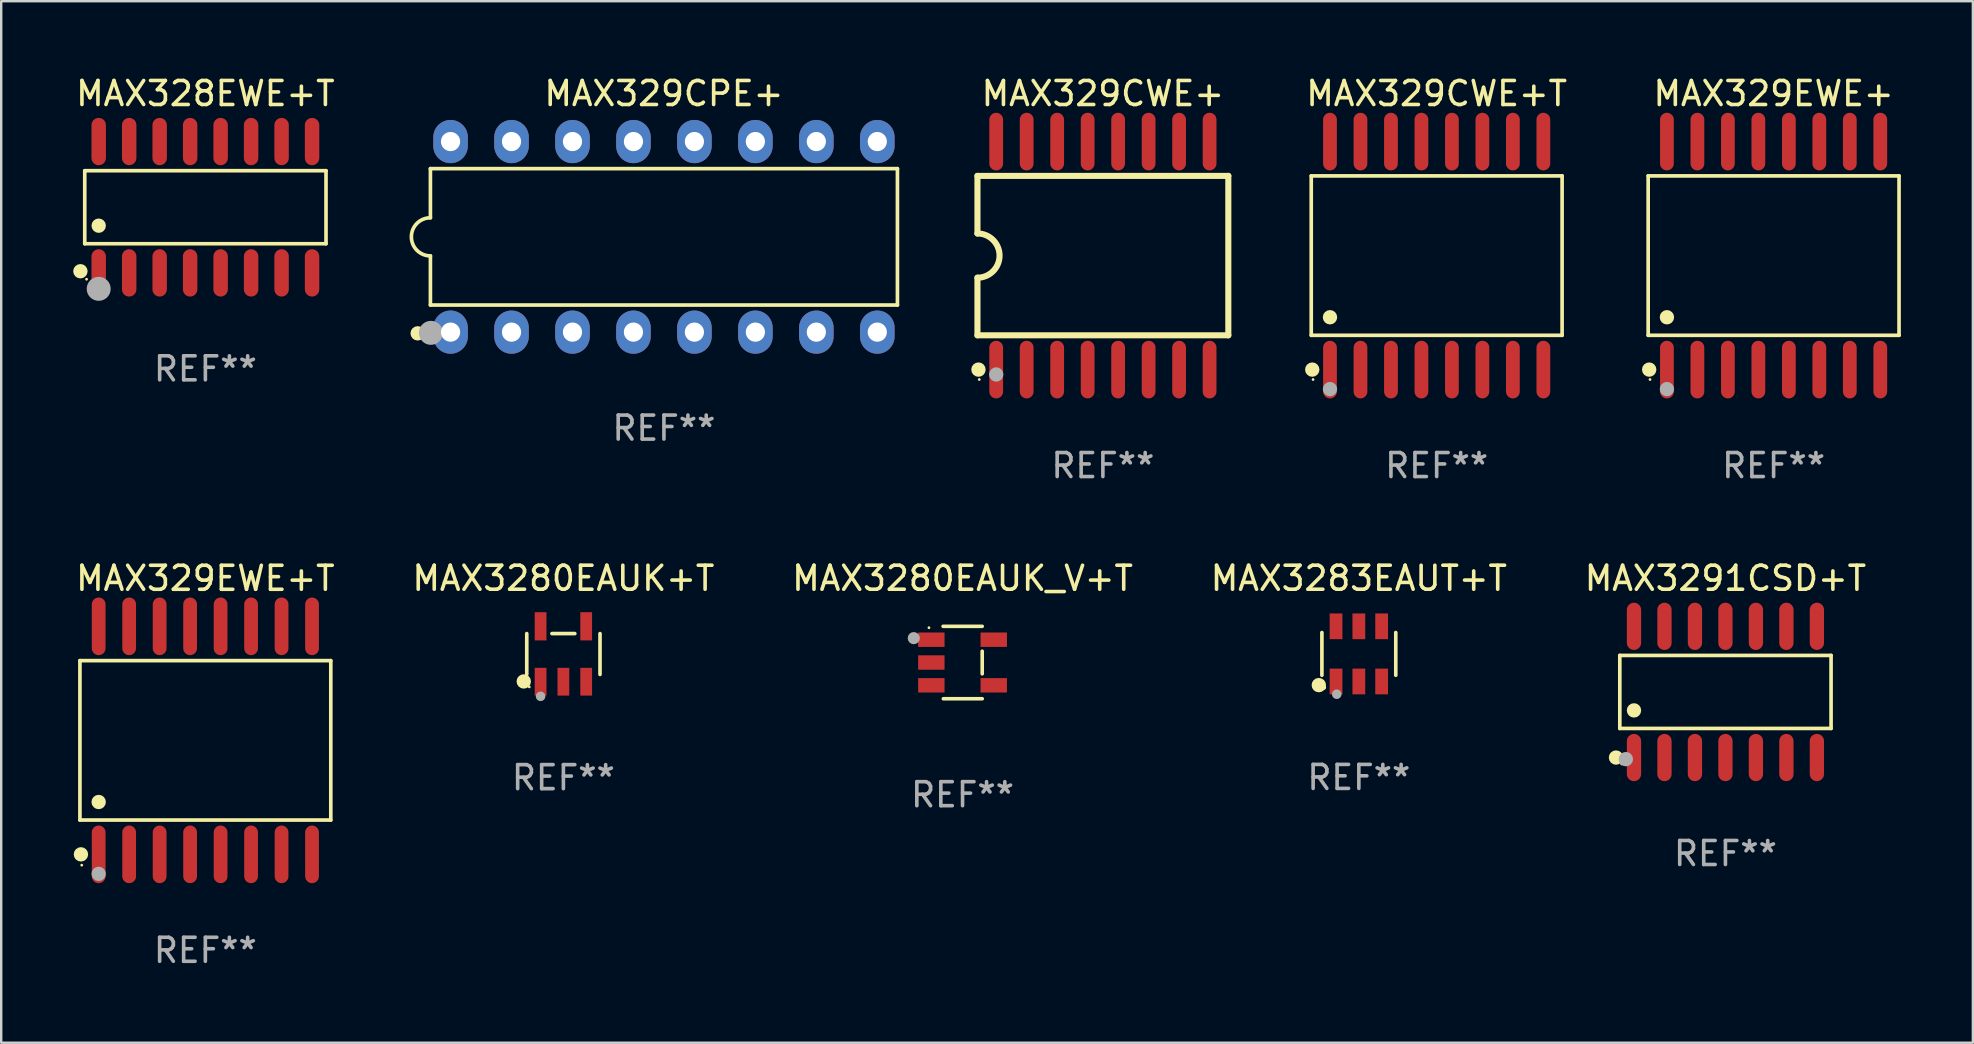
<source format=kicad_pcb>
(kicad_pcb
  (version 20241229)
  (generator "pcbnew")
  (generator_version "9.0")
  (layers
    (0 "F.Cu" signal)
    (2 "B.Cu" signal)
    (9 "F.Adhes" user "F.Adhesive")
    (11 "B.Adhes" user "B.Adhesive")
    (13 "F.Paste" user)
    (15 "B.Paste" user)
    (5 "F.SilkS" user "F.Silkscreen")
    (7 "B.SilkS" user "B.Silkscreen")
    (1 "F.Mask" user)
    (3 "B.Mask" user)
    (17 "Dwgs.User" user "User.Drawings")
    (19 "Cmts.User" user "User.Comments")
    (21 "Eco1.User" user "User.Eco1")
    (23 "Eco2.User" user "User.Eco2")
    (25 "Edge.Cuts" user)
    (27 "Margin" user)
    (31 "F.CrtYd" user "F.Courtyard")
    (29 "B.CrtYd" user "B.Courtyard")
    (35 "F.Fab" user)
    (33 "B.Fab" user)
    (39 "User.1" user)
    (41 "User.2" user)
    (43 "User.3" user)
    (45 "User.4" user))
  (footprint "MAX329EWE+T"
    (layer "F.Cu")
    (at 5.506 27.796)
    (property "Reference" "MAX329EWE+T" (at 0 -6.75 0) (layer "F.SilkS") (effects (font (size 1 1) (thickness 0.15))))
    (attr through_hole)
    (fp_line (start -5.226 -3.321) (end 5.226 -3.321) (stroke (width 0.152) (type solid)) (layer "F.SilkS"))
    (fp_line (start -5.226 3.321) (end -5.226 -3.321) (stroke (width 0.152) (type solid)) (layer "F.SilkS"))
    (fp_line (start 5.226 -3.321) (end 5.226 3.321) (stroke (width 0.152) (type solid)) (layer "F.SilkS"))
    (fp_line (start 5.226 3.321) (end -5.226 3.321) (stroke (width 0.152) (type solid)) (layer "F.SilkS"))
    (fp_circle (center -5.184 4.75) (end -5.034 4.75) (stroke (width 0.3) (type solid)) (fill no) (layer "F.SilkS"))
    (fp_circle (center -5.15 5.2) (end -5.12 5.2) (stroke (width 0.06) (type solid)) (fill no) (layer "F.SilkS"))
    (fp_circle (center -4.445 2.569) (end -4.295 2.569) (stroke (width 0.3) (type solid)) (fill no) (layer "F.SilkS"))
    (fp_circle (center -4.445 5.563) (end -4.295 5.563) (stroke (width 0.3) (type solid)) (fill no) (layer "F.Fab"))
    (fp_text user "REF**" (at 0 8.75 0) (layer "F.Fab") (effects (font (size 1 1) (thickness 0.15))))
    (pad "1" smd oval (at -4.445 4.75) (size 0.574 2.401) (layers "F.Cu" "F.Mask" "F.Paste"))
    (pad "2" smd oval (at -3.175 4.75) (size 0.574 2.401) (layers "F.Cu" "F.Mask" "F.Paste"))
    (pad "3" smd oval (at -1.905 4.75) (size 0.574 2.401) (layers "F.Cu" "F.Mask" "F.Paste"))
    (pad "4" smd oval (at -0.635 4.75) (size 0.574 2.401) (layers "F.Cu" "F.Mask" "F.Paste"))
    (pad "5" smd oval (at 0.635 4.75) (size 0.574 2.401) (layers "F.Cu" "F.Mask" "F.Paste"))
    (pad "6" smd oval (at 1.905 4.75) (size 0.574 2.401) (layers "F.Cu" "F.Mask" "F.Paste"))
    (pad "7" smd oval (at 3.175 4.75) (size 0.574 2.401) (layers "F.Cu" "F.Mask" "F.Paste"))
    (pad "8" smd oval (at 4.445 4.75) (size 0.574 2.401) (layers "F.Cu" "F.Mask" "F.Paste"))
    (pad "9" smd oval (at 4.445 -4.75) (size 0.574 2.401) (layers "F.Cu" "F.Mask" "F.Paste"))
    (pad "10" smd oval (at 3.175 -4.75) (size 0.574 2.401) (layers "F.Cu" "F.Mask" "F.Paste"))
    (pad "11" smd oval (at 1.905 -4.75) (size 0.574 2.401) (layers "F.Cu" "F.Mask" "F.Paste"))
    (pad "12" smd oval (at 0.635 -4.75) (size 0.574 2.401) (layers "F.Cu" "F.Mask" "F.Paste"))
    (pad "13" smd oval (at -0.635 -4.75) (size 0.574 2.401) (layers "F.Cu" "F.Mask" "F.Paste"))
    (pad "14" smd oval (at -1.905 -4.75) (size 0.574 2.401) (layers "F.Cu" "F.Mask" "F.Paste"))
    (pad "15" smd oval (at -3.175 -4.75) (size 0.574 2.401) (layers "F.Cu" "F.Mask" "F.Paste"))
    (pad "16" smd oval (at -4.445 -4.75) (size 0.574 2.401) (layers "F.Cu" "F.Mask" "F.Paste")))
  (footprint "MAX3291CSD+T"
    (layer "F.Cu")
    (at 68.839 25.779)
    (property "Reference" "MAX3291CSD+T" (at 0 -4.734 0) (layer "F.SilkS") (effects (font (size 1 1) (thickness 0.15))))
    (attr through_hole)
    (fp_line (start -4.401 -1.521) (end 4.401 -1.521) (stroke (width 0.152) (type solid)) (layer "F.SilkS"))
    (fp_line (start -4.401 1.521) (end -4.401 -1.521) (stroke (width 0.152) (type solid)) (layer "F.SilkS"))
    (fp_line (start 4.401 -1.521) (end 4.401 1.521) (stroke (width 0.152) (type solid)) (layer "F.SilkS"))
    (fp_line (start 4.401 1.521) (end -4.401 1.521) (stroke (width 0.152) (type solid)) (layer "F.SilkS"))
    (fp_circle (center -4.56 2.734) (end -4.41 2.734) (stroke (width 0.3) (type solid)) (fill no) (layer "F.SilkS"))
    (fp_circle (center -4.325 3) (end -4.295 3) (stroke (width 0.06) (type solid)) (fill no) (layer "F.SilkS"))
    (fp_circle (center -3.81 0.769) (end -3.66 0.769) (stroke (width 0.3) (type solid)) (fill no) (layer "F.SilkS"))
    (fp_circle (center -4.15 2.8) (end -4 2.8) (stroke (width 0.3) (type solid)) (fill no) (layer "F.Fab"))
    (fp_text user "REF**" (at 0 6.734 0) (layer "F.Fab") (effects (font (size 1 1) (thickness 0.15))))
    (pad "1" smd oval (at -3.81 2.734) (size 0.595 1.968) (layers "F.Cu" "F.Mask" "F.Paste"))
    (pad "2" smd oval (at -2.54 2.734) (size 0.595 1.968) (layers "F.Cu" "F.Mask" "F.Paste"))
    (pad "3" smd oval (at -1.27 2.734) (size 0.595 1.968) (layers "F.Cu" "F.Mask" "F.Paste"))
    (pad "4" smd oval (at 0 2.734) (size 0.595 1.968) (layers "F.Cu" "F.Mask" "F.Paste"))
    (pad "5" smd oval (at 1.27 2.734) (size 0.595 1.968) (layers "F.Cu" "F.Mask" "F.Paste"))
    (pad "6" smd oval (at 2.54 2.734) (size 0.595 1.968) (layers "F.Cu" "F.Mask" "F.Paste"))
    (pad "7" smd oval (at 3.81 2.734) (size 0.595 1.968) (layers "F.Cu" "F.Mask" "F.Paste"))
    (pad "8" smd oval (at 3.81 -2.734) (size 0.595 1.968) (layers "F.Cu" "F.Mask" "F.Paste"))
    (pad "9" smd oval (at 2.54 -2.734) (size 0.595 1.968) (layers "F.Cu" "F.Mask" "F.Paste"))
    (pad "10" smd oval (at 1.27 -2.734) (size 0.595 1.968) (layers "F.Cu" "F.Mask" "F.Paste"))
    (pad "11" smd oval (at 0 -2.734) (size 0.595 1.968) (layers "F.Cu" "F.Mask" "F.Paste"))
    (pad "12" smd oval (at -1.27 -2.734) (size 0.595 1.968) (layers "F.Cu" "F.Mask" "F.Paste"))
    (pad "13" smd oval (at -2.54 -2.734) (size 0.595 1.968) (layers "F.Cu" "F.Mask" "F.Paste"))
    (pad "14" smd oval (at -3.81 -2.734) (size 0.595 1.968) (layers "F.Cu" "F.Mask" "F.Paste")))
  (footprint "MAX329CWE+T"
    (layer "F.Cu")
    (at 56.808 7.599)
    (property "Reference" "MAX329CWE+T" (at 0 -6.75 0) (layer "F.SilkS") (effects (font (size 1 1) (thickness 0.15))))
    (attr through_hole)
    (fp_line (start -5.226 -3.321) (end 5.226 -3.321) (stroke (width 0.152) (type solid)) (layer "F.SilkS"))
    (fp_line (start -5.226 3.321) (end -5.226 -3.321) (stroke (width 0.152) (type solid)) (layer "F.SilkS"))
    (fp_line (start 5.226 -3.321) (end 5.226 3.321) (stroke (width 0.152) (type solid)) (layer "F.SilkS"))
    (fp_line (start 5.226 3.321) (end -5.226 3.321) (stroke (width 0.152) (type solid)) (layer "F.SilkS"))
    (fp_circle (center -5.184 4.75) (end -5.034 4.75) (stroke (width 0.3) (type solid)) (fill no) (layer "F.SilkS"))
    (fp_circle (center -5.15 5.163) (end -5.12 5.163) (stroke (width 0.06) (type solid)) (fill no) (layer "F.SilkS"))
    (fp_circle (center -4.445 2.569) (end -4.295 2.569) (stroke (width 0.3) (type solid)) (fill no) (layer "F.SilkS"))
    (fp_circle (center -4.445 5.563) (end -4.295 5.563) (stroke (width 0.3) (type solid)) (fill no) (layer "F.Fab"))
    (fp_text user "REF**" (at 0 8.75 0) (layer "F.Fab") (effects (font (size 1 1) (thickness 0.15))))
    (pad "1" smd oval (at -4.445 4.75) (size 0.574 2.401) (layers "F.Cu" "F.Mask" "F.Paste"))
    (pad "2" smd oval (at -3.175 4.75) (size 0.574 2.401) (layers "F.Cu" "F.Mask" "F.Paste"))
    (pad "3" smd oval (at -1.905 4.75) (size 0.574 2.401) (layers "F.Cu" "F.Mask" "F.Paste"))
    (pad "4" smd oval (at -0.635 4.75) (size 0.574 2.401) (layers "F.Cu" "F.Mask" "F.Paste"))
    (pad "5" smd oval (at 0.635 4.75) (size 0.574 2.401) (layers "F.Cu" "F.Mask" "F.Paste"))
    (pad "6" smd oval (at 1.905 4.75) (size 0.574 2.401) (layers "F.Cu" "F.Mask" "F.Paste"))
    (pad "7" smd oval (at 3.175 4.75) (size 0.574 2.401) (layers "F.Cu" "F.Mask" "F.Paste"))
    (pad "8" smd oval (at 4.445 4.75) (size 0.574 2.401) (layers "F.Cu" "F.Mask" "F.Paste"))
    (pad "9" smd oval (at 4.445 -4.75) (size 0.574 2.401) (layers "F.Cu" "F.Mask" "F.Paste"))
    (pad "10" smd oval (at 3.175 -4.75) (size 0.574 2.401) (layers "F.Cu" "F.Mask" "F.Paste"))
    (pad "11" smd oval (at 1.905 -4.75) (size 0.574 2.401) (layers "F.Cu" "F.Mask" "F.Paste"))
    (pad "12" smd oval (at 0.635 -4.75) (size 0.574 2.401) (layers "F.Cu" "F.Mask" "F.Paste"))
    (pad "13" smd oval (at -0.635 -4.75) (size 0.574 2.401) (layers "F.Cu" "F.Mask" "F.Paste"))
    (pad "14" smd oval (at -1.905 -4.75) (size 0.574 2.401) (layers "F.Cu" "F.Mask" "F.Paste"))
    (pad "15" smd oval (at -3.175 -4.75) (size 0.574 2.401) (layers "F.Cu" "F.Mask" "F.Paste"))
    (pad "16" smd oval (at -4.445 -4.75) (size 0.574 2.401) (layers "F.Cu" "F.Mask" "F.Paste")))
  (footprint "MAX329CWE+"
    (layer "F.Cu")
    (at 42.901 7.599)
    (property "Reference" "MAX329CWE+" (at 0 -6.75 0) (layer "F.SilkS") (effects (font (size 1 1) (thickness 0.15))))
    (attr through_hole)
    (fp_line (start -5.226 -3.321) (end -5.226 -0.921) (stroke (width 0.254) (type solid)) (layer "F.SilkS"))
    (fp_line (start -5.226 -3.321) (end 5.226 -3.321) (stroke (width 0.254) (type solid)) (layer "F.SilkS"))
    (fp_line (start -5.226 3.321) (end -5.226 0.921) (stroke (width 0.254) (type solid)) (layer "F.SilkS"))
    (fp_line (start 5.226 -3.321) (end 5.226 3.321) (stroke (width 0.254) (type solid)) (layer "F.SilkS"))
    (fp_line (start 5.226 3.321) (end -5.226 3.321) (stroke (width 0.254) (type solid)) (layer "F.SilkS"))
    (fp_arc (start -5.226594 -0.920751) (mid -4.305538 0.000127) (end -5.226238 0.921361) (stroke (width 0.254001) (type solid)) (layer "F.SilkS"))
    (fp_circle (center -5.184 4.75) (end -5.034 4.75) (stroke (width 0.3) (type solid)) (fill no) (layer "F.SilkS"))
    (fp_circle (center -5.15 5.163) (end -5.12 5.163) (stroke (width 0.06) (type solid)) (fill no) (layer "F.SilkS"))
    (fp_circle (center -4.445 4.953) (end -4.295 4.953) (stroke (width 0.3) (type solid)) (fill no) (layer "F.Fab"))
    (fp_text user "REF**" (at 0 8.75 0) (layer "F.Fab") (effects (font (size 1 1) (thickness 0.15))))
    (pad "1" smd oval (at -4.445 4.75) (size 0.574 2.401) (layers "F.Cu" "F.Mask" "F.Paste"))
    (pad "2" smd oval (at -3.175 4.75) (size 0.574 2.401) (layers "F.Cu" "F.Mask" "F.Paste"))
    (pad "3" smd oval (at -1.905 4.75) (size 0.574 2.401) (layers "F.Cu" "F.Mask" "F.Paste"))
    (pad "4" smd oval (at -0.635 4.75) (size 0.574 2.401) (layers "F.Cu" "F.Mask" "F.Paste"))
    (pad "5" smd oval (at 0.635 4.75) (size 0.574 2.401) (layers "F.Cu" "F.Mask" "F.Paste"))
    (pad "6" smd oval (at 1.905 4.75) (size 0.574 2.401) (layers "F.Cu" "F.Mask" "F.Paste"))
    (pad "7" smd oval (at 3.175 4.75) (size 0.574 2.401) (layers "F.Cu" "F.Mask" "F.Paste"))
    (pad "8" smd oval (at 4.445 4.75) (size 0.574 2.401) (layers "F.Cu" "F.Mask" "F.Paste"))
    (pad "9" smd oval (at 4.445 -4.75) (size 0.574 2.401) (layers "F.Cu" "F.Mask" "F.Paste"))
    (pad "10" smd oval (at 3.175 -4.75) (size 0.574 2.401) (layers "F.Cu" "F.Mask" "F.Paste"))
    (pad "11" smd oval (at 1.905 -4.75) (size 0.574 2.401) (layers "F.Cu" "F.Mask" "F.Paste"))
    (pad "12" smd oval (at 0.635 -4.75) (size 0.574 2.401) (layers "F.Cu" "F.Mask" "F.Paste"))
    (pad "13" smd oval (at -0.635 -4.75) (size 0.574 2.401) (layers "F.Cu" "F.Mask" "F.Paste"))
    (pad "14" smd oval (at -1.905 -4.75) (size 0.574 2.401) (layers "F.Cu" "F.Mask" "F.Paste"))
    (pad "15" smd oval (at -3.175 -4.75) (size 0.574 2.401) (layers "F.Cu" "F.Mask" "F.Paste"))
    (pad "16" smd oval (at -4.445 -4.75) (size 0.574 2.401) (layers "F.Cu" "F.Mask" "F.Paste")))
  (footprint "MAX329EWE+"
    (layer "F.Cu")
    (at 70.846 7.599)
    (property "Reference" "MAX329EWE+" (at 0 -6.75 0) (layer "F.SilkS") (effects (font (size 1 1) (thickness 0.15))))
    (attr through_hole)
    (fp_line (start -5.226 -3.321) (end 5.226 -3.321) (stroke (width 0.152) (type solid)) (layer "F.SilkS"))
    (fp_line (start -5.226 3.321) (end -5.226 -3.321) (stroke (width 0.152) (type solid)) (layer "F.SilkS"))
    (fp_line (start 5.226 -3.321) (end 5.226 3.321) (stroke (width 0.152) (type solid)) (layer "F.SilkS"))
    (fp_line (start 5.226 3.321) (end -5.226 3.321) (stroke (width 0.152) (type solid)) (layer "F.SilkS"))
    (fp_circle (center -5.184 4.75) (end -5.034 4.75) (stroke (width 0.3) (type solid)) (fill no) (layer "F.SilkS"))
    (fp_circle (center -5.15 5.163) (end -5.12 5.163) (stroke (width 0.06) (type solid)) (fill no) (layer "F.SilkS"))
    (fp_circle (center -4.445 2.569) (end -4.295 2.569) (stroke (width 0.3) (type solid)) (fill no) (layer "F.SilkS"))
    (fp_circle (center -4.445 5.563) (end -4.295 5.563) (stroke (width 0.3) (type solid)) (fill no) (layer "F.Fab"))
    (fp_text user "REF**" (at 0 8.75 0) (layer "F.Fab") (effects (font (size 1 1) (thickness 0.15))))
    (pad "1" smd oval (at -4.445 4.75) (size 0.574 2.401) (layers "F.Cu" "F.Mask" "F.Paste"))
    (pad "2" smd oval (at -3.175 4.75) (size 0.574 2.401) (layers "F.Cu" "F.Mask" "F.Paste"))
    (pad "3" smd oval (at -1.905 4.75) (size 0.574 2.401) (layers "F.Cu" "F.Mask" "F.Paste"))
    (pad "4" smd oval (at -0.635 4.75) (size 0.574 2.401) (layers "F.Cu" "F.Mask" "F.Paste"))
    (pad "5" smd oval (at 0.635 4.75) (size 0.574 2.401) (layers "F.Cu" "F.Mask" "F.Paste"))
    (pad "6" smd oval (at 1.905 4.75) (size 0.574 2.401) (layers "F.Cu" "F.Mask" "F.Paste"))
    (pad "7" smd oval (at 3.175 4.75) (size 0.574 2.401) (layers "F.Cu" "F.Mask" "F.Paste"))
    (pad "8" smd oval (at 4.445 4.75) (size 0.574 2.401) (layers "F.Cu" "F.Mask" "F.Paste"))
    (pad "9" smd oval (at 4.445 -4.75) (size 0.574 2.401) (layers "F.Cu" "F.Mask" "F.Paste"))
    (pad "10" smd oval (at 3.175 -4.75) (size 0.574 2.401) (layers "F.Cu" "F.Mask" "F.Paste"))
    (pad "11" smd oval (at 1.905 -4.75) (size 0.574 2.401) (layers "F.Cu" "F.Mask" "F.Paste"))
    (pad "12" smd oval (at 0.635 -4.75) (size 0.574 2.401) (layers "F.Cu" "F.Mask" "F.Paste"))
    (pad "13" smd oval (at -0.635 -4.75) (size 0.574 2.401) (layers "F.Cu" "F.Mask" "F.Paste"))
    (pad "14" smd oval (at -1.905 -4.75) (size 0.574 2.401) (layers "F.Cu" "F.Mask" "F.Paste"))
    (pad "15" smd oval (at -3.175 -4.75) (size 0.574 2.401) (layers "F.Cu" "F.Mask" "F.Paste"))
    (pad "16" smd oval (at -4.445 -4.75) (size 0.574 2.401) (layers "F.Cu" "F.Mask" "F.Paste")))
  (footprint "MAX3283EAUT+T"
    (layer "F.Cu")
    (at 53.565 24.194)
    (property "Reference" "MAX3283EAUT+T" (at 0 -3.149 0) (layer "F.SilkS") (effects (font (size 1 1) (thickness 0.15))))
    (attr through_hole)
    (fp_line (start -1.539 0.889) (end -1.539 -0.889) (stroke (width 0.152) (type solid)) (layer "F.SilkS"))
    (fp_line (start 1.539 0.889) (end 1.539 -0.889) (stroke (width 0.152) (type solid)) (layer "F.SilkS"))
    (fp_circle (center -1.668 1.301) (end -1.518 1.301) (stroke (width 0.3) (type solid)) (fill no) (layer "F.SilkS"))
    (fp_circle (center -1.463 1.4) (end -1.413 1.4) (stroke (width 0.1) (type solid)) (fill no) (layer "F.SilkS"))
    (fp_circle (center -0.92 1.68) (end -0.82 1.68) (stroke (width 0.2) (type solid)) (fill no) (layer "F.Fab"))
    (fp_text user "REF**" (at 0 5.149 0) (layer "F.Fab") (effects (font (size 1 1) (thickness 0.15))))
    (pad "1" smd rect (at -0.95 1.149) (size 0.532 1.072) (layers "F.Cu" "F.Mask" "F.Paste"))
    (pad "2" smd rect (at 0 1.149) (size 0.532 1.072) (layers "F.Cu" "F.Mask" "F.Paste"))
    (pad "3" smd rect (at 0.95 1.149) (size 0.532 1.072) (layers "F.Cu" "F.Mask" "F.Paste"))
    (pad "4" smd rect (at 0.95 -1.149) (size 0.532 1.072) (layers "F.Cu" "F.Mask" "F.Paste"))
    (pad "5" smd rect (at 0 -1.149) (size 0.532 1.072) (layers "F.Cu" "F.Mask" "F.Paste"))
    (pad "6" smd rect (at -0.95 -1.149) (size 0.532 1.072) (layers "F.Cu" "F.Mask" "F.Paste")))
  (footprint "MAX3280EAUK_V+T"
    (layer "F.Cu")
    (at 37.054 24.554)
    (property "Reference" "MAX3280EAUK_V+T" (at 0 -3.509 0) (layer "F.SilkS") (effects (font (size 1 1) (thickness 0.15))))
    (attr through_hole)
    (fp_line (start -0.811 -1.509) (end 0.819 -1.509) (stroke (width 0.15) (type solid)) (layer "F.SilkS"))
    (fp_line (start -0.8 1.509) (end 0.82 1.509) (stroke (width 0.15) (type solid)) (layer "F.SilkS"))
    (fp_line (start 0.819 -0.472) (end 0.819 0.47) (stroke (width 0.15) (type solid)) (layer "F.SilkS"))
    (fp_circle (center -1.4 -1.451) (end -1.37 -1.451) (stroke (width 0.06) (type solid)) (fill no) (layer "F.SilkS"))
    (fp_circle (center -2.032 -1.017) (end -1.905 -1.017) (stroke (width 0.254) (type solid)) (fill no) (layer "F.Fab"))
    (fp_text user "REF**" (at 0 5.509 0) (layer "F.Fab") (effects (font (size 1 1) (thickness 0.15))))
    (pad "1" smd rect (at -1.3 -0.951) (size 1.1 0.6) (layers "F.Cu" "F.Mask" "F.Paste"))
    (pad "2" smd rect (at -1.3 -0.001) (size 1.1 0.6) (layers "F.Cu" "F.Mask" "F.Paste"))
    (pad "3" smd rect (at -1.3 0.949) (size 1.1 0.6) (layers "F.Cu" "F.Mask" "F.Paste"))
    (pad "4" smd rect (at 1.3 0.949) (size 1.1 0.6) (layers "F.Cu" "F.Mask" "F.Paste"))
    (pad "5" smd rect (at 1.3 -0.951) (size 1.1 0.6) (layers "F.Cu" "F.Mask" "F.Paste")))
  (footprint "MAX328EWE+T"
    (layer "F.Cu")
    (at 5.507 5.584)
    (property "Reference" "MAX328EWE+T" (at 0 -4.736 0) (layer "F.SilkS") (effects (font (size 1 1) (thickness 0.15))))
    (attr through_hole)
    (fp_line (start -5.026 -1.521) (end 5.026 -1.521) (stroke (width 0.152) (type solid)) (layer "F.SilkS"))
    (fp_line (start -5.026 1.521) (end -5.026 -1.521) (stroke (width 0.152) (type solid)) (layer "F.SilkS"))
    (fp_line (start 5.026 -1.521) (end 5.026 1.521) (stroke (width 0.152) (type solid)) (layer "F.SilkS"))
    (fp_line (start 5.026 1.521) (end -5.026 1.521) (stroke (width 0.152) (type solid)) (layer "F.SilkS"))
    (fp_circle (center -5.207 2.667) (end -5.057 2.667) (stroke (width 0.3) (type solid)) (fill no) (layer "F.SilkS"))
    (fp_circle (center -4.95 3) (end -4.92 3) (stroke (width 0.06) (type solid)) (fill no) (layer "F.SilkS"))
    (fp_circle (center -4.445 0.769) (end -4.295 0.769) (stroke (width 0.3) (type solid)) (fill no) (layer "F.SilkS"))
    (fp_circle (center -4.445 3.4) (end -4.195 3.4) (stroke (width 0.5) (type solid)) (fill no) (layer "F.Fab"))
    (fp_text user "REF**" (at 0 6.736 0) (layer "F.Fab") (effects (font (size 1 1) (thickness 0.15))))
    (pad "1" smd oval (at -4.445 2.736) (size 0.602 1.971) (layers "F.Cu" "F.Mask" "F.Paste"))
    (pad "2" smd oval (at -3.175 2.736) (size 0.602 1.971) (layers "F.Cu" "F.Mask" "F.Paste"))
    (pad "3" smd oval (at -1.905 2.736) (size 0.602 1.971) (layers "F.Cu" "F.Mask" "F.Paste"))
    (pad "4" smd oval (at -0.635 2.736) (size 0.602 1.971) (layers "F.Cu" "F.Mask" "F.Paste"))
    (pad "5" smd oval (at 0.635 2.736) (size 0.602 1.971) (layers "F.Cu" "F.Mask" "F.Paste"))
    (pad "6" smd oval (at 1.905 2.736) (size 0.602 1.971) (layers "F.Cu" "F.Mask" "F.Paste"))
    (pad "7" smd oval (at 3.175 2.736) (size 0.602 1.971) (layers "F.Cu" "F.Mask" "F.Paste"))
    (pad "8" smd oval (at 4.445 2.736) (size 0.602 1.971) (layers "F.Cu" "F.Mask" "F.Paste"))
    (pad "9" smd oval (at 4.445 -2.736) (size 0.602 1.971) (layers "F.Cu" "F.Mask" "F.Paste"))
    (pad "10" smd oval (at 3.175 -2.736) (size 0.602 1.971) (layers "F.Cu" "F.Mask" "F.Paste"))
    (pad "11" smd oval (at 1.905 -2.736) (size 0.602 1.971) (layers "F.Cu" "F.Mask" "F.Paste"))
    (pad "12" smd oval (at 0.635 -2.736) (size 0.602 1.971) (layers "F.Cu" "F.Mask" "F.Paste"))
    (pad "13" smd oval (at -0.635 -2.736) (size 0.602 1.971) (layers "F.Cu" "F.Mask" "F.Paste"))
    (pad "14" smd oval (at -1.905 -2.736) (size 0.602 1.971) (layers "F.Cu" "F.Mask" "F.Paste"))
    (pad "15" smd oval (at -3.175 -2.736) (size 0.602 1.971) (layers "F.Cu" "F.Mask" "F.Paste"))
    (pad "16" smd oval (at -4.445 -2.736) (size 0.602 1.971) (layers "F.Cu" "F.Mask" "F.Paste")))
  (footprint "MAX3280EAUK+T"
    (layer "F.Cu")
    (at 20.423 24.199)
    (property "Reference" "MAX3280EAUK+T" (at 0 -3.154 0) (layer "F.SilkS") (effects (font (size 1 1) (thickness 0.15))))
    (attr through_hole)
    (fp_line (start -1.526 0.851) (end -1.526 -0.851) (stroke (width 0.152) (type solid)) (layer "F.SilkS"))
    (fp_line (start 0.476 -0.851) (end -0.476 -0.851) (stroke (width 0.152) (type solid)) (layer "F.SilkS"))
    (fp_line (start 1.526 0.851) (end 1.526 -0.851) (stroke (width 0.152) (type solid)) (layer "F.SilkS"))
    (fp_circle (center -1.651 1.143) (end -1.501 1.143) (stroke (width 0.3) (type solid)) (fill no) (layer "F.SilkS"))
    (fp_circle (center -1.42 1.37) (end -1.39 1.37) (stroke (width 0.06) (type solid)) (fill no) (layer "F.SilkS"))
    (fp_circle (center -0.95 1.763) (end -0.85 1.763) (stroke (width 0.2) (type solid)) (fill no) (layer "F.Fab"))
    (fp_text user "REF**" (at 0 5.154 0) (layer "F.Fab") (effects (font (size 1 1) (thickness 0.15))))
    (pad "1" smd rect (at -0.95 1.154) (size 0.49 1.157) (layers "F.Cu" "F.Mask" "F.Paste"))
    (pad "2" smd rect (at 0 1.154) (size 0.49 1.157) (layers "F.Cu" "F.Mask" "F.Paste"))
    (pad "3" smd rect (at 0.95 1.154) (size 0.49 1.157) (layers "F.Cu" "F.Mask" "F.Paste"))
    (pad "4" smd rect (at 0.95 -1.154) (size 0.49 1.175) (layers "F.Cu" "F.Mask" "F.Paste"))
    (pad "5" smd rect (at -0.95 -1.154) (size 0.49 1.175) (layers "F.Cu" "F.Mask" "F.Paste")))
  (footprint "MAX329CPE+"
    (layer "F.Cu")
    (at 24.612 6.818)
    (property "Reference" "MAX329CPE+" (at 0 -5.97 0) (layer "F.SilkS") (effects (font (size 1 1) (thickness 0.15))))
    (attr through_hole)
    (fp_line (start -9.729 -2.841) (end -9.729 -0.794) (stroke (width 0.152) (type solid)) (layer "F.SilkS"))
    (fp_line (start -9.729 0.794) (end -9.729 2.841) (stroke (width 0.152) (type solid)) (layer "F.SilkS"))
    (fp_line (start -9.729 2.841) (end 9.729 2.841) (stroke (width 0.152) (type solid)) (layer "F.SilkS"))
    (fp_line (start 9.729 -2.841) (end -9.729 -2.841) (stroke (width 0.152) (type solid)) (layer "F.SilkS"))
    (fp_line (start 9.729 2.841) (end 9.729 -2.841) (stroke (width 0.152) (type solid)) (layer "F.SilkS"))
    (fp_arc (start -9.7287 0.793749) (mid -10.522449 0) (end -9.7287 -0.793749) (stroke (width 0.1524) (type solid)) (layer "F.SilkS"))
    (fp_circle (center -10.26 4.02) (end -10.11 4.02) (stroke (width 0.3) (type solid)) (fill no) (layer "F.SilkS"))
    (fp_circle (center -9.653 4.23) (end -9.623 4.23) (stroke (width 0.06) (type solid)) (fill no) (layer "F.SilkS"))
    (fp_circle (center -9.71 4) (end -9.46 4) (stroke (width 0.5) (type solid)) (fill no) (layer "F.Fab"))
    (fp_text user "REF**" (at 0 7.97 0) (layer "F.Fab") (effects (font (size 1 1) (thickness 0.15))))
    (pad "1" thru_hole oval (at -8.89 3.97) (size 1.44 1.8) (drill 0.8) (layers "*.Cu" "*.Mask"))
    (pad "2" thru_hole oval (at -6.35 3.97) (size 1.44 1.8) (drill 0.8) (layers "*.Cu" "*.Mask"))
    (pad "3" thru_hole oval (at -3.81 3.97) (size 1.44 1.8) (drill 0.8) (layers "*.Cu" "*.Mask"))
    (pad "4" thru_hole oval (at -1.27 3.97) (size 1.44 1.8) (drill 0.8) (layers "*.Cu" "*.Mask"))
    (pad "5" thru_hole oval (at 1.27 3.97) (size 1.44 1.8) (drill 0.8) (layers "*.Cu" "*.Mask"))
    (pad "6" thru_hole oval (at 3.81 3.97) (size 1.44 1.8) (drill 0.8) (layers "*.Cu" "*.Mask"))
    (pad "7" thru_hole oval (at 6.35 3.97) (size 1.44 1.8) (drill 0.8) (layers "*.Cu" "*.Mask"))
    (pad "8" thru_hole oval (at 8.89 3.97) (size 1.44 1.8) (drill 0.8) (layers "*.Cu" "*.Mask"))
    (pad "9" thru_hole oval (at 8.89 -3.97) (size 1.44 1.8) (drill 0.8) (layers "*.Cu" "*.Mask"))
    (pad "10" thru_hole oval (at 6.35 -3.97) (size 1.44 1.8) (drill 0.8) (layers "*.Cu" "*.Mask"))
    (pad "11" thru_hole oval (at 3.81 -3.97) (size 1.44 1.8) (drill 0.8) (layers "*.Cu" "*.Mask"))
    (pad "12" thru_hole oval (at 1.27 -3.97) (size 1.44 1.8) (drill 0.8) (layers "*.Cu" "*.Mask"))
    (pad "13" thru_hole oval (at -1.27 -3.97) (size 1.44 1.8) (drill 0.8) (layers "*.Cu" "*.Mask"))
    (pad "14" thru_hole oval (at -3.81 -3.97) (size 1.44 1.8) (drill 0.8) (layers "*.Cu" "*.Mask"))
    (pad "15" thru_hole oval (at -6.35 -3.97) (size 1.44 1.8) (drill 0.8) (layers "*.Cu" "*.Mask"))
    (pad "16" thru_hole oval (at -8.89 -3.97) (size 1.44 1.8) (drill 0.8) (layers "*.Cu" "*.Mask")))
  (gr_rect
    (start -3 -3)
    (end 79.148 40.394)
    (stroke (width 0.1) (type default))
    (fill no)
    (layer "Edge.Cuts")))
</source>
